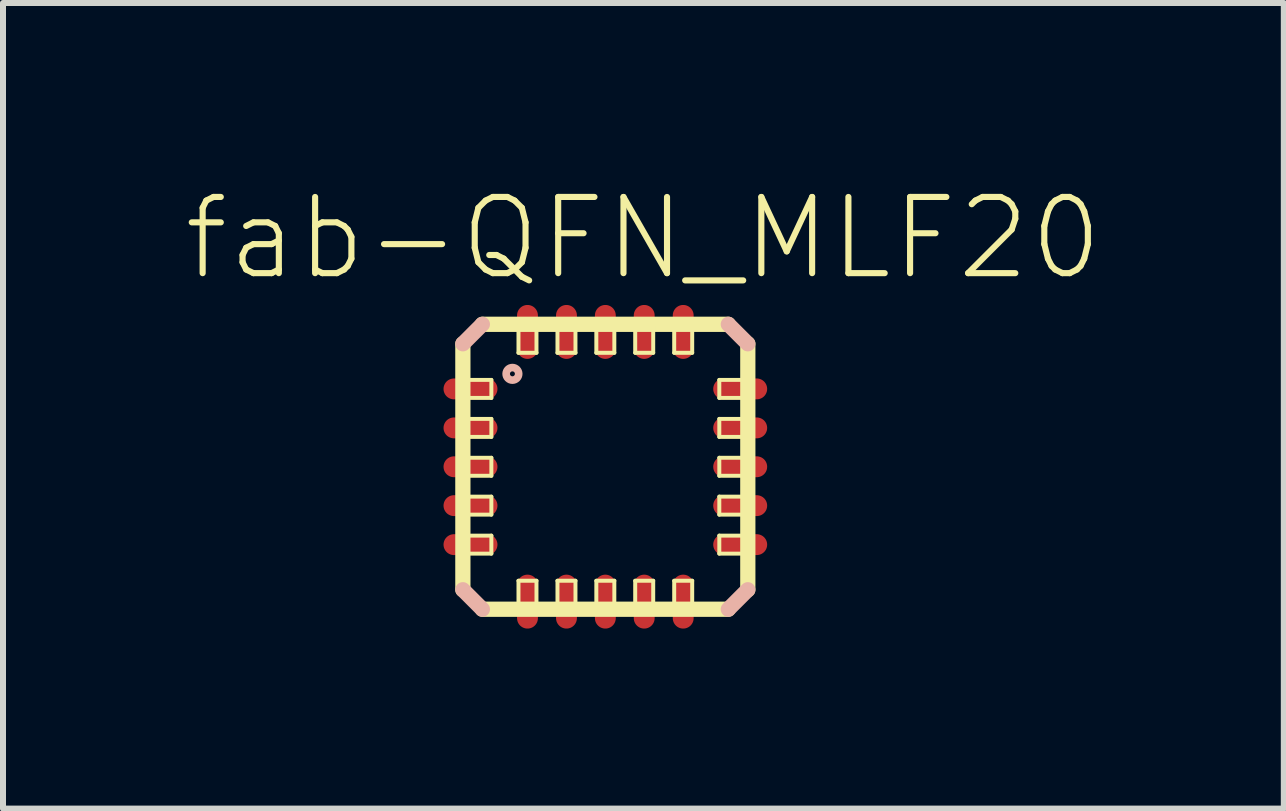
<source format=kicad_pcb>
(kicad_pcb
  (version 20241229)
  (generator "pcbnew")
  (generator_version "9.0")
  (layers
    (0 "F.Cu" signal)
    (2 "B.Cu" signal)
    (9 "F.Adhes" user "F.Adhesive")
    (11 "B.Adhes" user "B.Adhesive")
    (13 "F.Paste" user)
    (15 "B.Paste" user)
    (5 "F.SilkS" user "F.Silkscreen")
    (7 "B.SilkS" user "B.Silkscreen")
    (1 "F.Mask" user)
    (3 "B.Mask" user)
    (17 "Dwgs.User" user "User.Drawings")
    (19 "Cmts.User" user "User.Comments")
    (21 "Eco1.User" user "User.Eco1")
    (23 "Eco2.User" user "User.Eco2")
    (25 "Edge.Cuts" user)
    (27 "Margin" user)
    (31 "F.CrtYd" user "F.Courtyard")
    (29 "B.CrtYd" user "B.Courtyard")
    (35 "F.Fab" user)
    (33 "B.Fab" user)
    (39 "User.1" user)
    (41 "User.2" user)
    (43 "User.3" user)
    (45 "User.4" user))
  (footprint "fab-QFN_MLF20"
    (layer "F.Cu")
    (at 7.041 4.731)
    (property "Reference" "fab-QFN_MLF20" (at 0.635 -3.81 0) (layer "F.SilkS") (effects (font (size 1.27 1.27) (thickness 0.102))))
    (attr smd)
    (fp_line (start -2.375 2.05) (end -2.375 -2.05) (stroke (width 0.254) (type solid)) (layer "F.SilkS"))
    (fp_line (start -2.349 -1.448) (end -1.9 -1.448) (stroke (width 0.066) (type solid)) (layer "F.SilkS"))
    (fp_line (start -2.349 -1.148) (end -2.349 -1.448) (stroke (width 0.066) (type solid)) (layer "F.SilkS"))
    (fp_line (start -2.349 -1.148) (end -1.9 -1.148) (stroke (width 0.066) (type solid)) (layer "F.SilkS"))
    (fp_line (start -2.349 -0.798) (end -1.9 -0.798) (stroke (width 0.066) (type solid)) (layer "F.SilkS"))
    (fp_line (start -2.349 -0.498) (end -2.349 -0.798) (stroke (width 0.066) (type solid)) (layer "F.SilkS"))
    (fp_line (start -2.349 -0.498) (end -1.9 -0.498) (stroke (width 0.066) (type solid)) (layer "F.SilkS"))
    (fp_line (start -2.349 -0.15) (end -1.9 -0.15) (stroke (width 0.066) (type solid)) (layer "F.SilkS"))
    (fp_line (start -2.349 0.15) (end -2.349 -0.15) (stroke (width 0.066) (type solid)) (layer "F.SilkS"))
    (fp_line (start -2.349 0.15) (end -1.9 0.15) (stroke (width 0.066) (type solid)) (layer "F.SilkS"))
    (fp_line (start -2.349 0.498) (end -1.9 0.498) (stroke (width 0.066) (type solid)) (layer "F.SilkS"))
    (fp_line (start -2.349 0.798) (end -2.349 0.498) (stroke (width 0.066) (type solid)) (layer "F.SilkS"))
    (fp_line (start -2.349 0.798) (end -1.9 0.798) (stroke (width 0.066) (type solid)) (layer "F.SilkS"))
    (fp_line (start -2.349 1.148) (end -1.9 1.148) (stroke (width 0.066) (type solid)) (layer "F.SilkS"))
    (fp_line (start -2.349 1.448) (end -2.349 1.148) (stroke (width 0.066) (type solid)) (layer "F.SilkS"))
    (fp_line (start -2.349 1.448) (end -1.9 1.448) (stroke (width 0.066) (type solid)) (layer "F.SilkS"))
    (fp_line (start -2.05 -2.375) (end 2.05 -2.375) (stroke (width 0.254) (type solid)) (layer "F.SilkS"))
    (fp_line (start -1.9 -1.148) (end -1.9 -1.448) (stroke (width 0.066) (type solid)) (layer "F.SilkS"))
    (fp_line (start -1.9 -0.498) (end -1.9 -0.798) (stroke (width 0.066) (type solid)) (layer "F.SilkS"))
    (fp_line (start -1.9 0.15) (end -1.9 -0.15) (stroke (width 0.066) (type solid)) (layer "F.SilkS"))
    (fp_line (start -1.9 0.798) (end -1.9 0.498) (stroke (width 0.066) (type solid)) (layer "F.SilkS"))
    (fp_line (start -1.9 1.448) (end -1.9 1.148) (stroke (width 0.066) (type solid)) (layer "F.SilkS"))
    (fp_line (start -1.448 -2.349) (end -1.148 -2.349) (stroke (width 0.066) (type solid)) (layer "F.SilkS"))
    (fp_line (start -1.448 -1.9) (end -1.448 -2.349) (stroke (width 0.066) (type solid)) (layer "F.SilkS"))
    (fp_line (start -1.448 -1.9) (end -1.148 -1.9) (stroke (width 0.066) (type solid)) (layer "F.SilkS"))
    (fp_line (start -1.448 1.9) (end -1.148 1.9) (stroke (width 0.066) (type solid)) (layer "F.SilkS"))
    (fp_line (start -1.448 2.349) (end -1.448 1.9) (stroke (width 0.066) (type solid)) (layer "F.SilkS"))
    (fp_line (start -1.448 2.349) (end -1.148 2.349) (stroke (width 0.066) (type solid)) (layer "F.SilkS"))
    (fp_line (start -1.148 -1.9) (end -1.148 -2.349) (stroke (width 0.066) (type solid)) (layer "F.SilkS"))
    (fp_line (start -1.148 2.349) (end -1.148 1.9) (stroke (width 0.066) (type solid)) (layer "F.SilkS"))
    (fp_line (start -0.798 -2.349) (end -0.498 -2.349) (stroke (width 0.066) (type solid)) (layer "F.SilkS"))
    (fp_line (start -0.798 -1.9) (end -0.798 -2.349) (stroke (width 0.066) (type solid)) (layer "F.SilkS"))
    (fp_line (start -0.798 -1.9) (end -0.498 -1.9) (stroke (width 0.066) (type solid)) (layer "F.SilkS"))
    (fp_line (start -0.798 1.9) (end -0.498 1.9) (stroke (width 0.066) (type solid)) (layer "F.SilkS"))
    (fp_line (start -0.798 2.349) (end -0.798 1.9) (stroke (width 0.066) (type solid)) (layer "F.SilkS"))
    (fp_line (start -0.798 2.349) (end -0.498 2.349) (stroke (width 0.066) (type solid)) (layer "F.SilkS"))
    (fp_line (start -0.498 -1.9) (end -0.498 -2.349) (stroke (width 0.066) (type solid)) (layer "F.SilkS"))
    (fp_line (start -0.498 2.349) (end -0.498 1.9) (stroke (width 0.066) (type solid)) (layer "F.SilkS"))
    (fp_line (start -0.15 -2.349) (end 0.15 -2.349) (stroke (width 0.066) (type solid)) (layer "F.SilkS"))
    (fp_line (start -0.15 -1.9) (end -0.15 -2.349) (stroke (width 0.066) (type solid)) (layer "F.SilkS"))
    (fp_line (start -0.15 -1.9) (end 0.15 -1.9) (stroke (width 0.066) (type solid)) (layer "F.SilkS"))
    (fp_line (start -0.15 1.9) (end 0.15 1.9) (stroke (width 0.066) (type solid)) (layer "F.SilkS"))
    (fp_line (start -0.15 2.349) (end -0.15 1.9) (stroke (width 0.066) (type solid)) (layer "F.SilkS"))
    (fp_line (start -0.15 2.349) (end 0.15 2.349) (stroke (width 0.066) (type solid)) (layer "F.SilkS"))
    (fp_line (start 0.15 -1.9) (end 0.15 -2.349) (stroke (width 0.066) (type solid)) (layer "F.SilkS"))
    (fp_line (start 0.15 2.349) (end 0.15 1.9) (stroke (width 0.066) (type solid)) (layer "F.SilkS"))
    (fp_line (start 0.498 -2.349) (end 0.798 -2.349) (stroke (width 0.066) (type solid)) (layer "F.SilkS"))
    (fp_line (start 0.498 -1.9) (end 0.498 -2.349) (stroke (width 0.066) (type solid)) (layer "F.SilkS"))
    (fp_line (start 0.498 -1.9) (end 0.798 -1.9) (stroke (width 0.066) (type solid)) (layer "F.SilkS"))
    (fp_line (start 0.498 1.9) (end 0.798 1.9) (stroke (width 0.066) (type solid)) (layer "F.SilkS"))
    (fp_line (start 0.498 2.349) (end 0.498 1.9) (stroke (width 0.066) (type solid)) (layer "F.SilkS"))
    (fp_line (start 0.498 2.349) (end 0.798 2.349) (stroke (width 0.066) (type solid)) (layer "F.SilkS"))
    (fp_line (start 0.798 -1.9) (end 0.798 -2.349) (stroke (width 0.066) (type solid)) (layer "F.SilkS"))
    (fp_line (start 0.798 2.349) (end 0.798 1.9) (stroke (width 0.066) (type solid)) (layer "F.SilkS"))
    (fp_line (start 1.148 -2.349) (end 1.448 -2.349) (stroke (width 0.066) (type solid)) (layer "F.SilkS"))
    (fp_line (start 1.148 -1.9) (end 1.148 -2.349) (stroke (width 0.066) (type solid)) (layer "F.SilkS"))
    (fp_line (start 1.148 -1.9) (end 1.448 -1.9) (stroke (width 0.066) (type solid)) (layer "F.SilkS"))
    (fp_line (start 1.148 1.9) (end 1.448 1.9) (stroke (width 0.066) (type solid)) (layer "F.SilkS"))
    (fp_line (start 1.148 2.349) (end 1.148 1.9) (stroke (width 0.066) (type solid)) (layer "F.SilkS"))
    (fp_line (start 1.148 2.349) (end 1.448 2.349) (stroke (width 0.066) (type solid)) (layer "F.SilkS"))
    (fp_line (start 1.448 -1.9) (end 1.448 -2.349) (stroke (width 0.066) (type solid)) (layer "F.SilkS"))
    (fp_line (start 1.448 2.349) (end 1.448 1.9) (stroke (width 0.066) (type solid)) (layer "F.SilkS"))
    (fp_line (start 1.9 -1.448) (end 2.349 -1.448) (stroke (width 0.066) (type solid)) (layer "F.SilkS"))
    (fp_line (start 1.9 -1.148) (end 1.9 -1.448) (stroke (width 0.066) (type solid)) (layer "F.SilkS"))
    (fp_line (start 1.9 -1.148) (end 2.349 -1.148) (stroke (width 0.066) (type solid)) (layer "F.SilkS"))
    (fp_line (start 1.9 -0.798) (end 2.349 -0.798) (stroke (width 0.066) (type solid)) (layer "F.SilkS"))
    (fp_line (start 1.9 -0.498) (end 1.9 -0.798) (stroke (width 0.066) (type solid)) (layer "F.SilkS"))
    (fp_line (start 1.9 -0.498) (end 2.349 -0.498) (stroke (width 0.066) (type solid)) (layer "F.SilkS"))
    (fp_line (start 1.9 -0.15) (end 2.349 -0.15) (stroke (width 0.066) (type solid)) (layer "F.SilkS"))
    (fp_line (start 1.9 0.15) (end 1.9 -0.15) (stroke (width 0.066) (type solid)) (layer "F.SilkS"))
    (fp_line (start 1.9 0.15) (end 2.349 0.15) (stroke (width 0.066) (type solid)) (layer "F.SilkS"))
    (fp_line (start 1.9 0.498) (end 2.349 0.498) (stroke (width 0.066) (type solid)) (layer "F.SilkS"))
    (fp_line (start 1.9 0.798) (end 1.9 0.498) (stroke (width 0.066) (type solid)) (layer "F.SilkS"))
    (fp_line (start 1.9 0.798) (end 2.349 0.798) (stroke (width 0.066) (type solid)) (layer "F.SilkS"))
    (fp_line (start 1.9 1.148) (end 2.349 1.148) (stroke (width 0.066) (type solid)) (layer "F.SilkS"))
    (fp_line (start 1.9 1.448) (end 1.9 1.148) (stroke (width 0.066) (type solid)) (layer "F.SilkS"))
    (fp_line (start 1.9 1.448) (end 2.349 1.448) (stroke (width 0.066) (type solid)) (layer "F.SilkS"))
    (fp_line (start 2.05 2.375) (end -2.05 2.375) (stroke (width 0.254) (type solid)) (layer "F.SilkS"))
    (fp_line (start 2.349 -1.148) (end 2.349 -1.448) (stroke (width 0.066) (type solid)) (layer "F.SilkS"))
    (fp_line (start 2.349 -0.498) (end 2.349 -0.798) (stroke (width 0.066) (type solid)) (layer "F.SilkS"))
    (fp_line (start 2.349 0.15) (end 2.349 -0.15) (stroke (width 0.066) (type solid)) (layer "F.SilkS"))
    (fp_line (start 2.349 0.798) (end 2.349 0.498) (stroke (width 0.066) (type solid)) (layer "F.SilkS"))
    (fp_line (start 2.349 1.448) (end 2.349 1.148) (stroke (width 0.066) (type solid)) (layer "F.SilkS"))
    (fp_line (start 2.375 -2.05) (end 2.375 2.05) (stroke (width 0.254) (type solid)) (layer "F.SilkS"))
    (fp_line (start -2.375 -2.05) (end -2.05 -2.375) (stroke (width 0.254) (type solid)) (layer "B.SilkS"))
    (fp_line (start -2.05 2.375) (end -2.375 2.05) (stroke (width 0.254) (type solid)) (layer "B.SilkS"))
    (fp_line (start 2.05 -2.375) (end 2.375 -2.05) (stroke (width 0.254) (type solid)) (layer "B.SilkS"))
    (fp_line (start 2.375 2.05) (end 2.05 2.375) (stroke (width 0.254) (type solid)) (layer "B.SilkS"))
    (fp_circle (center -1.549 -1.549) (end -1.623 -1.623) (stroke (width 0.127) (type solid)) (fill no) (layer "B.SilkS"))
    (pad "1" smd oval (at -2.248 -1.298) (size 0.899 0.348) (layers "F.Cu" "F.Mask" "F.Paste"))
    (pad "2" smd oval (at -2.248 -0.648) (size 0.899 0.348) (layers "F.Cu" "F.Mask" "F.Paste"))
    (pad "3" smd oval (at -2.248 0) (size 0.899 0.348) (layers "F.Cu" "F.Mask" "F.Paste"))
    (pad "4" smd oval (at -2.248 0.648) (size 0.899 0.348) (layers "F.Cu" "F.Mask" "F.Paste"))
    (pad "5" smd oval (at -2.248 1.298) (size 0.899 0.348) (layers "F.Cu" "F.Mask" "F.Paste"))
    (pad "6" smd oval (at -1.298 2.248) (size 0.348 0.899) (layers "F.Cu" "F.Mask" "F.Paste"))
    (pad "7" smd oval (at -0.648 2.248) (size 0.348 0.899) (layers "F.Cu" "F.Mask" "F.Paste"))
    (pad "8" smd oval (at 0 2.248) (size 0.348 0.899) (layers "F.Cu" "F.Mask" "F.Paste"))
    (pad "9" smd oval (at 0.648 2.248) (size 0.348 0.899) (layers "F.Cu" "F.Mask" "F.Paste"))
    (pad "10" smd oval (at 1.298 2.248) (size 0.348 0.899) (layers "F.Cu" "F.Mask" "F.Paste"))
    (pad "11" smd oval (at 2.248 1.298) (size 0.899 0.348) (layers "F.Cu" "F.Mask" "F.Paste"))
    (pad "12" smd oval (at 2.248 0.648) (size 0.899 0.348) (layers "F.Cu" "F.Mask" "F.Paste"))
    (pad "13" smd oval (at 2.248 0) (size 0.899 0.348) (layers "F.Cu" "F.Mask" "F.Paste"))
    (pad "14" smd oval (at 2.248 -0.648) (size 0.899 0.348) (layers "F.Cu" "F.Mask" "F.Paste"))
    (pad "15" smd oval (at 2.248 -1.298) (size 0.899 0.348) (layers "F.Cu" "F.Mask" "F.Paste"))
    (pad "16" smd oval (at 1.298 -2.248) (size 0.348 0.899) (layers "F.Cu" "F.Mask" "F.Paste"))
    (pad "17" smd oval (at 0.648 -2.248) (size 0.348 0.899) (layers "F.Cu" "F.Mask" "F.Paste"))
    (pad "18" smd oval (at 0 -2.248) (size 0.348 0.899) (layers "F.Cu" "F.Mask" "F.Paste"))
    (pad "19" smd oval (at -0.648 -2.248) (size 0.348 0.899) (layers "F.Cu" "F.Mask" "F.Paste"))
    (pad "20" smd oval (at -1.298 -2.248) (size 0.348 0.899) (layers "F.Cu" "F.Mask" "F.Paste")))
  (gr_rect
    (start -3 -3)
    (end 18.351 10.429)
    (stroke (width 0.1) (type default))
    (fill no)
    (layer "Edge.Cuts")))
</source>
